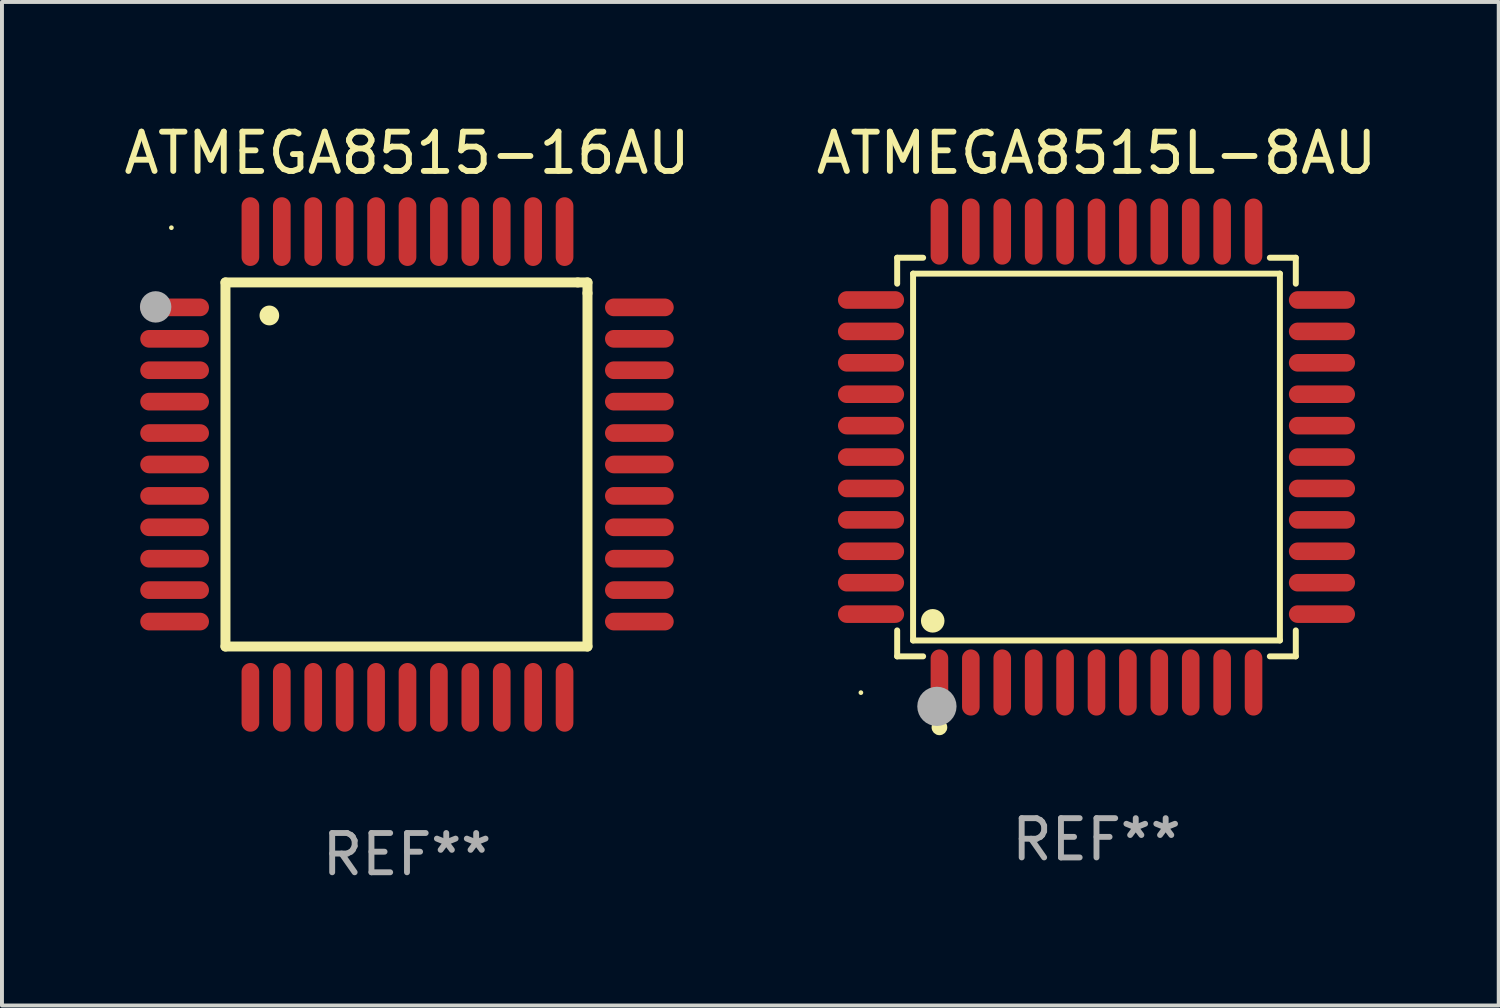
<source format=kicad_pcb>
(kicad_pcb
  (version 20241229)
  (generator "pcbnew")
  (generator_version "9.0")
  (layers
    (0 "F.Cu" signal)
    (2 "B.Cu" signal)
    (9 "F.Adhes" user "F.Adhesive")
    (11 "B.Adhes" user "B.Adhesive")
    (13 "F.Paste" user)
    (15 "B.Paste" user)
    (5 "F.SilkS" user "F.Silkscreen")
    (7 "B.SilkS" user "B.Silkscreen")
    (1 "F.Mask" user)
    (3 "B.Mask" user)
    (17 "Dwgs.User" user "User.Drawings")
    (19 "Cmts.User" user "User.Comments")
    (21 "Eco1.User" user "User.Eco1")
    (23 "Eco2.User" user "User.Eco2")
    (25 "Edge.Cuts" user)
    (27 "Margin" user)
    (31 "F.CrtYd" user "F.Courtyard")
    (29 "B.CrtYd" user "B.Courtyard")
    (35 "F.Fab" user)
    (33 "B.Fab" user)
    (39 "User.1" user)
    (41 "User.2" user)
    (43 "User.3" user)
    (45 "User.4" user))
  (footprint "ATMEGA8515L-8AU"
    (layer "F.Cu")
    (at 24.875 8.59)
    (property "Reference" "ATMEGA8515L-8AU" (at 0 -7.742 0) (layer "F.SilkS") (effects (font (size 1 1) (thickness 0.15))))
    (attr through_hole)
    (fp_line (start -5.076 -5.076) (end -4.415 -5.076) (stroke (width 0.152) (type solid)) (layer "F.SilkS"))
    (fp_line (start -5.076 -4.415) (end -5.076 -5.076) (stroke (width 0.152) (type solid)) (layer "F.SilkS"))
    (fp_line (start -5.076 4.415) (end -5.076 5.076) (stroke (width 0.152) (type solid)) (layer "F.SilkS"))
    (fp_line (start -5.076 5.076) (end -4.415 5.076) (stroke (width 0.152) (type solid)) (layer "F.SilkS"))
    (fp_line (start -4.671 -4.671) (end 4.671 -4.671) (stroke (width 0.152) (type solid)) (layer "F.SilkS"))
    (fp_line (start -4.671 4.671) (end -4.671 -4.671) (stroke (width 0.152) (type solid)) (layer "F.SilkS"))
    (fp_line (start 4.671 -4.671) (end 4.671 4.671) (stroke (width 0.152) (type solid)) (layer "F.SilkS"))
    (fp_line (start 4.671 4.671) (end -4.671 4.671) (stroke (width 0.152) (type solid)) (layer "F.SilkS"))
    (fp_line (start 5.076 -5.076) (end 4.415 -5.076) (stroke (width 0.152) (type solid)) (layer "F.SilkS"))
    (fp_line (start 5.076 -4.415) (end 5.076 -5.076) (stroke (width 0.152) (type solid)) (layer "F.SilkS"))
    (fp_line (start 5.076 4.415) (end 5.076 5.076) (stroke (width 0.152) (type solid)) (layer "F.SilkS"))
    (fp_line (start 5.076 5.076) (end 4.415 5.076) (stroke (width 0.152) (type solid)) (layer "F.SilkS"))
    (fp_circle (center -6 6) (end -5.97 6) (stroke (width 0.06) (type solid)) (fill no) (layer "F.SilkS"))
    (fp_circle (center -4.171 4.171) (end -4.021 4.171) (stroke (width 0.3) (type solid)) (fill no) (layer "F.SilkS"))
    (fp_circle (center -4 6.884) (end -3.9 6.884) (stroke (width 0.2) (type solid)) (fill no) (layer "F.SilkS"))
    (fp_circle (center -4.064 6.35) (end -3.814 6.35) (stroke (width 0.5) (type solid)) (fill no) (layer "F.Fab"))
    (fp_text user "REF**" (at 0 9.742 0) (layer "F.Fab") (effects (font (size 1 1) (thickness 0.15))))
    (pad "1" smd oval (at -4 5.742) (size 0.448 1.684) (layers "F.Cu" "F.Mask" "F.Paste"))
    (pad "2" smd oval (at -3.2 5.742) (size 0.448 1.684) (layers "F.Cu" "F.Mask" "F.Paste"))
    (pad "3" smd oval (at -2.4 5.742) (size 0.448 1.684) (layers "F.Cu" "F.Mask" "F.Paste"))
    (pad "4" smd oval (at -1.6 5.742) (size 0.448 1.684) (layers "F.Cu" "F.Mask" "F.Paste"))
    (pad "5" smd oval (at -0.8 5.742) (size 0.448 1.684) (layers "F.Cu" "F.Mask" "F.Paste"))
    (pad "6" smd oval (at 0 5.742) (size 0.448 1.684) (layers "F.Cu" "F.Mask" "F.Paste"))
    (pad "7" smd oval (at 0.8 5.742) (size 0.448 1.684) (layers "F.Cu" "F.Mask" "F.Paste"))
    (pad "8" smd oval (at 1.6 5.742) (size 0.448 1.684) (layers "F.Cu" "F.Mask" "F.Paste"))
    (pad "9" smd oval (at 2.4 5.742) (size 0.448 1.684) (layers "F.Cu" "F.Mask" "F.Paste"))
    (pad "10" smd oval (at 3.2 5.742) (size 0.448 1.684) (layers "F.Cu" "F.Mask" "F.Paste"))
    (pad "11" smd oval (at 4 5.742) (size 0.448 1.684) (layers "F.Cu" "F.Mask" "F.Paste"))
    (pad "12" smd oval (at 5.742 4) (size 1.684 0.448) (layers "F.Cu" "F.Mask" "F.Paste"))
    (pad "13" smd oval (at 5.742 3.2) (size 1.684 0.448) (layers "F.Cu" "F.Mask" "F.Paste"))
    (pad "14" smd oval (at 5.742 2.4) (size 1.684 0.448) (layers "F.Cu" "F.Mask" "F.Paste"))
    (pad "15" smd oval (at 5.742 1.6) (size 1.684 0.448) (layers "F.Cu" "F.Mask" "F.Paste"))
    (pad "16" smd oval (at 5.742 0.8) (size 1.684 0.448) (layers "F.Cu" "F.Mask" "F.Paste"))
    (pad "17" smd oval (at 5.742 0) (size 1.684 0.448) (layers "F.Cu" "F.Mask" "F.Paste"))
    (pad "18" smd oval (at 5.742 -0.8) (size 1.684 0.448) (layers "F.Cu" "F.Mask" "F.Paste"))
    (pad "19" smd oval (at 5.742 -1.6) (size 1.684 0.448) (layers "F.Cu" "F.Mask" "F.Paste"))
    (pad "20" smd oval (at 5.742 -2.4) (size 1.684 0.448) (layers "F.Cu" "F.Mask" "F.Paste"))
    (pad "21" smd oval (at 5.742 -3.2) (size 1.684 0.448) (layers "F.Cu" "F.Mask" "F.Paste"))
    (pad "22" smd oval (at 5.742 -4) (size 1.684 0.448) (layers "F.Cu" "F.Mask" "F.Paste"))
    (pad "23" smd oval (at 4 -5.742) (size 0.448 1.684) (layers "F.Cu" "F.Mask" "F.Paste"))
    (pad "24" smd oval (at 3.2 -5.742) (size 0.448 1.684) (layers "F.Cu" "F.Mask" "F.Paste"))
    (pad "25" smd oval (at 2.4 -5.742) (size 0.448 1.684) (layers "F.Cu" "F.Mask" "F.Paste"))
    (pad "26" smd oval (at 1.6 -5.742) (size 0.448 1.684) (layers "F.Cu" "F.Mask" "F.Paste"))
    (pad "27" smd oval (at 0.8 -5.742) (size 0.448 1.684) (layers "F.Cu" "F.Mask" "F.Paste"))
    (pad "28" smd oval (at 0 -5.742) (size 0.448 1.684) (layers "F.Cu" "F.Mask" "F.Paste"))
    (pad "29" smd oval (at -0.8 -5.742) (size 0.448 1.684) (layers "F.Cu" "F.Mask" "F.Paste"))
    (pad "30" smd oval (at -1.6 -5.742) (size 0.448 1.684) (layers "F.Cu" "F.Mask" "F.Paste"))
    (pad "31" smd oval (at -2.4 -5.742) (size 0.448 1.684) (layers "F.Cu" "F.Mask" "F.Paste"))
    (pad "32" smd oval (at -3.2 -5.742) (size 0.448 1.684) (layers "F.Cu" "F.Mask" "F.Paste"))
    (pad "33" smd oval (at -4 -5.742) (size 0.448 1.684) (layers "F.Cu" "F.Mask" "F.Paste"))
    (pad "34" smd oval (at -5.742 -4) (size 1.684 0.448) (layers "F.Cu" "F.Mask" "F.Paste"))
    (pad "35" smd oval (at -5.742 -3.2) (size 1.684 0.448) (layers "F.Cu" "F.Mask" "F.Paste"))
    (pad "36" smd oval (at -5.742 -2.4) (size 1.684 0.448) (layers "F.Cu" "F.Mask" "F.Paste"))
    (pad "37" smd oval (at -5.742 -1.6) (size 1.684 0.448) (layers "F.Cu" "F.Mask" "F.Paste"))
    (pad "38" smd oval (at -5.742 -0.8) (size 1.684 0.448) (layers "F.Cu" "F.Mask" "F.Paste"))
    (pad "39" smd oval (at -5.742 0) (size 1.684 0.448) (layers "F.Cu" "F.Mask" "F.Paste"))
    (pad "40" smd oval (at -5.742 0.8) (size 1.684 0.448) (layers "F.Cu" "F.Mask" "F.Paste"))
    (pad "41" smd oval (at -5.742 1.6) (size 1.684 0.448) (layers "F.Cu" "F.Mask" "F.Paste"))
    (pad "42" smd oval (at -5.742 2.4) (size 1.684 0.448) (layers "F.Cu" "F.Mask" "F.Paste"))
    (pad "43" smd oval (at -5.742 3.2) (size 1.684 0.448) (layers "F.Cu" "F.Mask" "F.Paste"))
    (pad "44" smd oval (at -5.742 4) (size 1.684 0.448) (layers "F.Cu" "F.Mask" "F.Paste")))
  (footprint "ATMEGA8515-16AU"
    (layer "F.Cu")
    (at 7.315 8.779)
    (property "Reference" "ATMEGA8515-16AU" (at 0 -7.931 0) (layer "F.SilkS") (effects (font (size 1 1) (thickness 0.15))))
    (attr through_hole)
    (fp_line (start -4.623 -4.636) (end 4.35 -4.636) (stroke (width 0.254) (type solid)) (layer "F.SilkS"))
    (fp_line (start -4.623 4.636) (end -4.623 -4.636) (stroke (width 0.254) (type solid)) (layer "F.SilkS"))
    (fp_line (start 4.35 -4.636) (end 4.597 -4.636) (stroke (width 0.254) (type solid)) (layer "F.SilkS"))
    (fp_line (start 4.597 -4.636) (end 4.597 -4.363) (stroke (width 0.254) (type solid)) (layer "F.SilkS"))
    (fp_line (start 4.597 -4.363) (end 4.597 4.636) (stroke (width 0.254) (type solid)) (layer "F.SilkS"))
    (fp_line (start 4.597 4.636) (end -4.623 4.636) (stroke (width 0.254) (type solid)) (layer "F.SilkS"))
    (fp_arc (start -3.505207 -3.792228) (mid -3.50522 -3.794768) (end -3.505207 -3.797308) (stroke (width 0.5) (type solid)) (layer "F.SilkS"))
    (fp_circle (center -6 -6.03) (end -5.97 -6.03) (stroke (width 0.06) (type solid)) (fill no) (layer "F.SilkS"))
    (fp_circle (center -6.401 -4.013) (end -6.201 -4.013) (stroke (width 0.4) (type solid)) (fill no) (layer "F.Fab"))
    (fp_text user "REF**" (at 0 9.931 0) (layer "F.Fab") (effects (font (size 1 1) (thickness 0.15))))
    (pad "1" smd oval (at -5.918 -4.001 90) (size 0.45 1.75) (layers "F.Cu" "F.Mask" "F.Paste"))
    (pad "2" smd oval (at -5.918 -3.2 90) (size 0.45 1.75) (layers "F.Cu" "F.Mask" "F.Paste"))
    (pad "3" smd oval (at -5.918 -2.4 90) (size 0.45 1.75) (layers "F.Cu" "F.Mask" "F.Paste"))
    (pad "4" smd oval (at -5.918 -1.6 90) (size 0.45 1.75) (layers "F.Cu" "F.Mask" "F.Paste"))
    (pad "5" smd oval (at -5.918 -0.8 90) (size 0.45 1.75) (layers "F.Cu" "F.Mask" "F.Paste"))
    (pad "6" smd oval (at -5.918 0 90) (size 0.45 1.75) (layers "F.Cu" "F.Mask" "F.Paste"))
    (pad "7" smd oval (at -5.918 0.8 90) (size 0.45 1.75) (layers "F.Cu" "F.Mask" "F.Paste"))
    (pad "8" smd oval (at -5.918 1.6 90) (size 0.45 1.75) (layers "F.Cu" "F.Mask" "F.Paste"))
    (pad "9" smd oval (at -5.918 2.4 90) (size 0.45 1.75) (layers "F.Cu" "F.Mask" "F.Paste"))
    (pad "10" smd oval (at -5.918 3.2 90) (size 0.45 1.75) (layers "F.Cu" "F.Mask" "F.Paste"))
    (pad "11" smd oval (at -5.918 4.001 90) (size 0.45 1.75) (layers "F.Cu" "F.Mask" "F.Paste"))
    (pad "12" smd oval (at -3.988 5.931) (size 0.45 1.75) (layers "F.Cu" "F.Mask" "F.Paste"))
    (pad "13" smd oval (at -3.188 5.931) (size 0.45 1.75) (layers "F.Cu" "F.Mask" "F.Paste"))
    (pad "14" smd oval (at -2.388 5.931) (size 0.45 1.75) (layers "F.Cu" "F.Mask" "F.Paste"))
    (pad "15" smd oval (at -1.588 5.931) (size 0.45 1.75) (layers "F.Cu" "F.Mask" "F.Paste"))
    (pad "16" smd oval (at -0.787 5.931) (size 0.45 1.75) (layers "F.Cu" "F.Mask" "F.Paste"))
    (pad "17" smd oval (at 0.013 5.931) (size 0.45 1.75) (layers "F.Cu" "F.Mask" "F.Paste"))
    (pad "18" smd oval (at 0.813 5.931) (size 0.45 1.75) (layers "F.Cu" "F.Mask" "F.Paste"))
    (pad "19" smd oval (at 1.613 5.931) (size 0.45 1.75) (layers "F.Cu" "F.Mask" "F.Paste"))
    (pad "20" smd oval (at 2.413 5.931) (size 0.45 1.75) (layers "F.Cu" "F.Mask" "F.Paste"))
    (pad "21" smd oval (at 3.213 5.931) (size 0.45 1.75) (layers "F.Cu" "F.Mask" "F.Paste"))
    (pad "22" smd oval (at 4.013 5.931) (size 0.45 1.75) (layers "F.Cu" "F.Mask" "F.Paste"))
    (pad "23" smd oval (at 5.918 4.001 90) (size 0.45 1.75) (layers "F.Cu" "F.Mask" "F.Paste"))
    (pad "24" smd oval (at 5.918 3.2 90) (size 0.45 1.75) (layers "F.Cu" "F.Mask" "F.Paste"))
    (pad "25" smd oval (at 5.918 2.4 90) (size 0.45 1.75) (layers "F.Cu" "F.Mask" "F.Paste"))
    (pad "26" smd oval (at 5.918 1.6 90) (size 0.45 1.75) (layers "F.Cu" "F.Mask" "F.Paste"))
    (pad "27" smd oval (at 5.918 0.8 90) (size 0.45 1.75) (layers "F.Cu" "F.Mask" "F.Paste"))
    (pad "28" smd oval (at 5.918 0 90) (size 0.45 1.75) (layers "F.Cu" "F.Mask" "F.Paste"))
    (pad "29" smd oval (at 5.918 -0.8 90) (size 0.45 1.75) (layers "F.Cu" "F.Mask" "F.Paste"))
    (pad "30" smd oval (at 5.918 -1.6 90) (size 0.45 1.75) (layers "F.Cu" "F.Mask" "F.Paste"))
    (pad "31" smd oval (at 5.918 -2.4 90) (size 0.45 1.75) (layers "F.Cu" "F.Mask" "F.Paste"))
    (pad "32" smd oval (at 5.918 -3.2 90) (size 0.45 1.75) (layers "F.Cu" "F.Mask" "F.Paste"))
    (pad "33" smd oval (at 5.918 -4.001 90) (size 0.45 1.75) (layers "F.Cu" "F.Mask" "F.Paste"))
    (pad "34" smd oval (at 4.013 -5.931) (size 0.45 1.75) (layers "F.Cu" "F.Mask" "F.Paste"))
    (pad "35" smd oval (at 3.213 -5.931) (size 0.45 1.75) (layers "F.Cu" "F.Mask" "F.Paste"))
    (pad "36" smd oval (at 2.413 -5.931) (size 0.45 1.75) (layers "F.Cu" "F.Mask" "F.Paste"))
    (pad "37" smd oval (at 1.613 -5.931) (size 0.45 1.75) (layers "F.Cu" "F.Mask" "F.Paste"))
    (pad "38" smd oval (at 0.813 -5.931) (size 0.45 1.75) (layers "F.Cu" "F.Mask" "F.Paste"))
    (pad "39" smd oval (at 0.013 -5.931) (size 0.45 1.75) (layers "F.Cu" "F.Mask" "F.Paste"))
    (pad "40" smd oval (at -0.787 -5.931) (size 0.45 1.75) (layers "F.Cu" "F.Mask" "F.Paste"))
    (pad "41" smd oval (at -1.588 -5.931) (size 0.45 1.75) (layers "F.Cu" "F.Mask" "F.Paste"))
    (pad "42" smd oval (at -2.388 -5.931) (size 0.45 1.75) (layers "F.Cu" "F.Mask" "F.Paste"))
    (pad "43" smd oval (at -3.188 -5.931) (size 0.45 1.75) (layers "F.Cu" "F.Mask" "F.Paste"))
    (pad "44" smd oval (at -3.988 -5.931) (size 0.45 1.75) (layers "F.Cu" "F.Mask" "F.Paste")))
  (gr_rect
    (start -3 -3)
    (end 35.119 22.558)
    (stroke (width 0.1) (type default))
    (fill no)
    (layer "Edge.Cuts")))
</source>
